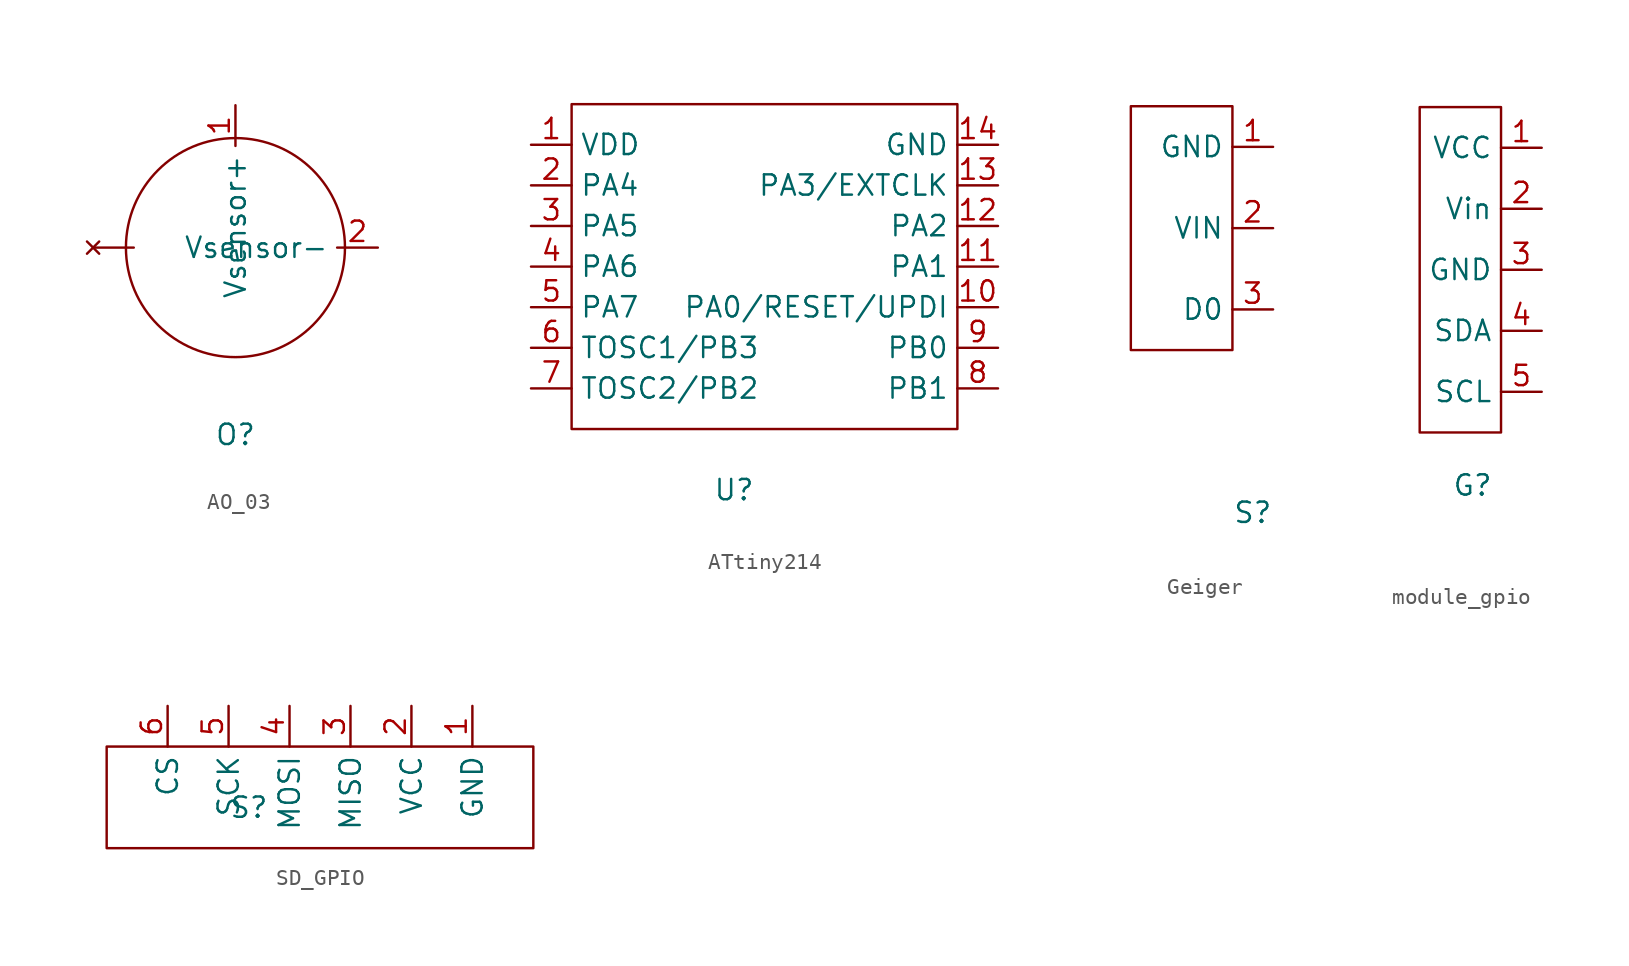
<source format=kicad_sym>
(kicad_symbol_lib
  (version 20241209)
  (generator "kicad_symbol_editor")
  (generator_version "9.0")
  (symbol "AO_03"
    (property "Reference" "O"
      (at 0 -9.144 0)
      (effects (font (size 1.27 1.27))))
    (property "Value" ""
      (at 0 0 0)
      (effects (font (size 1.27 1.27))))
    (symbol "AO_03_0_1"
      (circle (center 0 2.54) (radius 6.839) (stroke (width 0) (type default)) (fill (type none))))
    (symbol "AO_03_1_1"
      (pin no_connect line (at -8.89 2.54 0) (length 2.54) (name "" (effects (font (size 1.27 1.27)))) (number "" (effects (font (size 1.27 1.27)))))
      (pin output line (at 0 11.43 270) (length 2.54) (name "Vsensor+" (effects (font (size 1.27 1.27)))) (number "1" (effects (font (size 1.27 1.27)))))
      (pin power_in line (at 8.89 2.54 180) (length 2.54) (name "Vsensor-" (effects (font (size 1.27 1.27)))) (number "2" (effects (font (size 1.27 1.27)))))))
  (symbol "ATtiny214"
    (property "Reference" "U"
      (at 0 0 0)
      (effects (font (size 1.27 1.27))))
    (property "Value" ""
      (at 0 0 0)
      (effects (font (size 1.27 1.27))))
    (symbol "ATtiny214_0_1"
      (rectangle (start -10.16 24.13) (end 13.97 3.81) (stroke (width 0) (type default)) (fill (type none))))
    (symbol "ATtiny214_1_1"
      (pin power_in line (at -12.7 21.59 0) (length 2.54) (name "VDD" (effects (font (size 1.27 1.27)))) (number "1" (effects (font (size 1.27 1.27)))))
      (pin bidirectional line (at -12.7 19.05 0) (length 2.54) (name "PA4" (effects (font (size 1.27 1.27)))) (number "2" (effects (font (size 1.27 1.27)))))
      (pin bidirectional line (at -12.7 16.51 0) (length 2.54) (name "PA5" (effects (font (size 1.27 1.27)))) (number "3" (effects (font (size 1.27 1.27)))))
      (pin bidirectional line (at -12.7 13.97 0) (length 2.54) (name "PA6" (effects (font (size 1.27 1.27)))) (number "4" (effects (font (size 1.27 1.27)))))
      (pin bidirectional line (at -12.7 11.43 0) (length 2.54) (name "PA7" (effects (font (size 1.27 1.27)))) (number "5" (effects (font (size 1.27 1.27)))))
      (pin bidirectional line (at -12.7 8.89 0) (length 2.54) (name "TOSC1/PB3" (effects (font (size 1.27 1.27)))) (number "6" (effects (font (size 1.27 1.27)))))
      (pin bidirectional line (at -12.7 6.35 0) (length 2.54) (name "TOSC2/PB2" (effects (font (size 1.27 1.27)))) (number "7" (effects (font (size 1.27 1.27)))))
      (pin power_in line (at 16.51 21.59 180) (length 2.54) (name "GND" (effects (font (size 1.27 1.27)))) (number "14" (effects (font (size 1.27 1.27)))))
      (pin bidirectional line (at 16.51 19.05 180) (length 2.54) (name "PA3/EXTCLK" (effects (font (size 1.27 1.27)))) (number "13" (effects (font (size 1.27 1.27)))))
      (pin bidirectional line (at 16.51 16.51 180) (length 2.54) (name "PA2" (effects (font (size 1.27 1.27)))) (number "12" (effects (font (size 1.27 1.27)))))
      (pin bidirectional line (at 16.51 13.97 180) (length 2.54) (name "PA1" (effects (font (size 1.27 1.27)))) (number "11" (effects (font (size 1.27 1.27)))))
      (pin bidirectional line (at 16.51 11.43 180) (length 2.54) (name "PA0/RESET/UPDI" (effects (font (size 1.27 1.27)))) (number "10" (effects (font (size 1.27 1.27)))))
      (pin bidirectional line (at 16.51 8.89 180) (length 2.54) (name "PB0" (effects (font (size 1.27 1.27)))) (number "9" (effects (font (size 1.27 1.27)))))
      (pin bidirectional line (at 16.51 6.35 180) (length 2.54) (name "PB1" (effects (font (size 1.27 1.27)))) (number "8" (effects (font (size 1.27 1.27)))))))
  (symbol "Geiger"
    (property "Reference" "S"
      (at 0 0 0)
      (effects (font (size 1.27 1.27))))
    (property "Value" ""
      (at 0 0 0)
      (effects (font (size 1.27 1.27))))
    (symbol "Geiger_0_1"
      (rectangle (start -1.27 25.4) (end -7.62 10.16) (stroke (width 0) (type default)) (fill (type none))))
    (symbol "Geiger_1_1"
      (pin power_in line (at 1.27 22.86 180) (length 2.54) (name "GND" (effects (font (size 1.27 1.27)))) (number "1" (effects (font (size 1.27 1.27)))))
      (pin power_in line (at 1.27 17.78 180) (length 2.54) (name "VIN" (effects (font (size 1.27 1.27)))) (number "2" (effects (font (size 1.27 1.27)))))
      (pin output line (at 1.27 12.7 180) (length 2.54) (name "D0" (effects (font (size 1.27 1.27)))) (number "3" (effects (font (size 1.27 1.27)))))))
  (symbol "module_gpio"
    (property "Reference" "G"
      (at 5.842 3.048 0)
      (effects (font (size 1.27 1.27))))
    (property "Value" ""
      (at 0 0 0)
      (effects (font (size 1.27 1.27))))
    (symbol "module_gpio_0_1"
      (rectangle (start 7.62 26.67) (end 2.54 6.35) (stroke (width 0) (type default)) (fill (type none))))
    (symbol "module_gpio_1_1"
      (pin power_in line (at 10.16 24.13 180) (length 2.54) (name "VCC" (effects (font (size 1.27 1.27)))) (number "1" (effects (font (size 1.27 1.27)))))
      (pin power_in line (at 10.16 20.32 180) (length 2.54) (name "Vin" (effects (font (size 1.27 1.27)))) (number "2" (effects (font (size 1.27 1.27)))))
      (pin power_in line (at 10.16 16.51 180) (length 2.54) (name "GND" (effects (font (size 1.27 1.27)))) (number "3" (effects (font (size 1.27 1.27)))))
      (pin bidirectional line (at 10.16 12.7 180) (length 2.54) (name "SDA" (effects (font (size 1.27 1.27)))) (number "4" (effects (font (size 1.27 1.27)))))
      (pin bidirectional line (at 10.16 8.89 180) (length 2.54) (name "SCL" (effects (font (size 1.27 1.27)))) (number "5" (effects (font (size 1.27 1.27)))))))
  (symbol "SD_GPIO"
    (property "Reference" "S"
      (at 0 0 0)
      (effects (font (size 1.27 1.27))))
    (property "Value" ""
      (at 0 0 0)
      (effects (font (size 1.27 1.27))))
    (symbol "SD_GPIO_0_1"
      (rectangle (start -8.89 3.81) (end 17.78 -2.54) (stroke (width 0) (type default)) (fill (type none))))
    (symbol "SD_GPIO_1_1"
      (pin passive line (at -5.08 6.35 270) (length 2.54) (name "CS" (effects (font (size 1.27 1.27)))) (number "6" (effects (font (size 1.27 1.27)))))
      (pin passive line (at -1.27 6.35 270) (length 2.54) (name "SCK" (effects (font (size 1.27 1.27)))) (number "5" (effects (font (size 1.27 1.27)))))
      (pin passive line (at 2.54 6.35 270) (length 2.54) (name "MOSI" (effects (font (size 1.27 1.27)))) (number "4" (effects (font (size 1.27 1.27)))))
      (pin passive line (at 6.35 6.35 270) (length 2.54) (name "MISO" (effects (font (size 1.27 1.27)))) (number "3" (effects (font (size 1.27 1.27)))))
      (pin power_in line (at 10.16 6.35 270) (length 2.54) (name "VCC" (effects (font (size 1.27 1.27)))) (number "2" (effects (font (size 1.27 1.27)))))
      (pin power_in line (at 13.97 6.35 270) (length 2.54) (name "GND" (effects (font (size 1.27 1.27)))) (number "1" (effects (font (size 1.27 1.27))))))))
</source>
